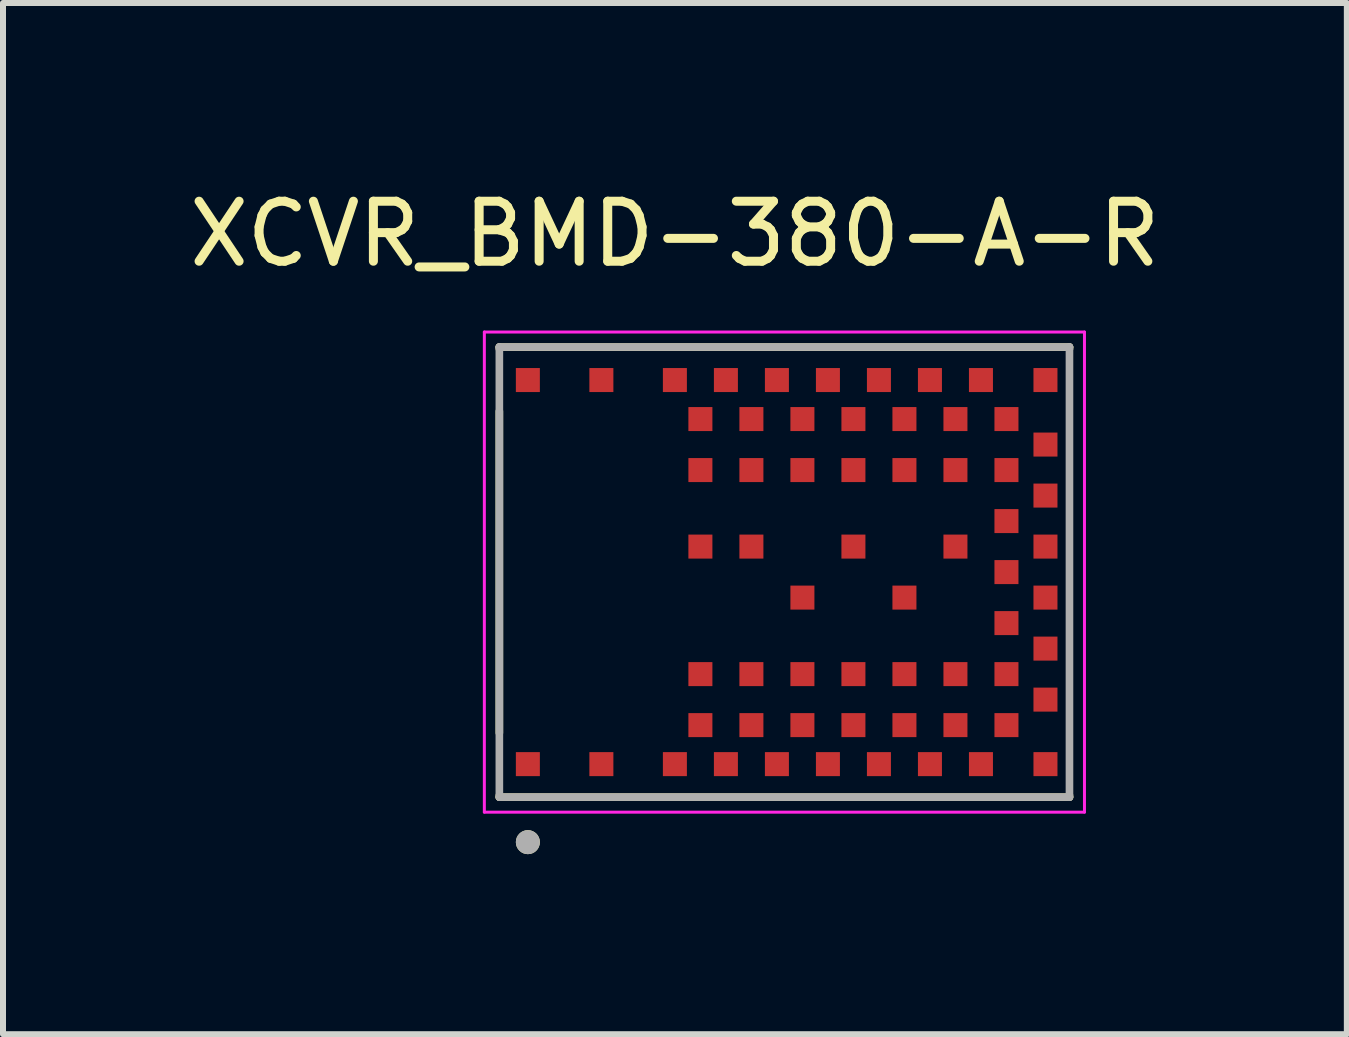
<source format=kicad_pcb>
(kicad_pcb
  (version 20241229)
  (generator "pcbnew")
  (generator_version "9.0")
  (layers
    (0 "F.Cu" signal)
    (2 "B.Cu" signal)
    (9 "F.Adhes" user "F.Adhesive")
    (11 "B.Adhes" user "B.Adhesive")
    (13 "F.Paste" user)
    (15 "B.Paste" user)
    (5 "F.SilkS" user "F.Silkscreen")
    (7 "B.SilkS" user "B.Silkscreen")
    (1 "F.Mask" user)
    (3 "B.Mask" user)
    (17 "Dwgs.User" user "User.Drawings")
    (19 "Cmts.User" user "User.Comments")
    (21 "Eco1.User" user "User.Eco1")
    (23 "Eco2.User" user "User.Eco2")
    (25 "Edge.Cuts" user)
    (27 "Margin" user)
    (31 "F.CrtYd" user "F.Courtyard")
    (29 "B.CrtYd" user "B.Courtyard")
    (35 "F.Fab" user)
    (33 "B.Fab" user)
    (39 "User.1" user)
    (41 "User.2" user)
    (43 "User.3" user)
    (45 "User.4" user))
  (footprint "XCVR_BMD-380-A-R"
    (layer "F.Cu")
    (at 10.021 6.483)
    (property "Reference" "XCVR_BMD-380-A-R" (at -1.825 -5.635 0) (layer "F.SilkS") (effects (font (size 1 1) (thickness 0.15))))
    (attr smd)
    (fp_line (start -4.75 -3.75) (end 4.75 -3.75) (stroke (width 0.127) (type solid)) (layer "F.SilkS"))
    (fp_line (start -4.75 -3.72) (end -4.75 -3.75) (stroke (width 0.127) (type solid)) (layer "F.SilkS"))
    (fp_line (start -4.75 -2.68) (end -4.75 2.68) (stroke (width 0.127) (type solid)) (layer "F.SilkS"))
    (fp_line (start -4.75 3.75) (end -4.75 3.72) (stroke (width 0.127) (type solid)) (layer "F.SilkS"))
    (fp_line (start 4.75 -3.75) (end 4.75 -3.72) (stroke (width 0.127) (type solid)) (layer "F.SilkS"))
    (fp_line (start 4.75 3.75) (end -4.75 3.75) (stroke (width 0.127) (type solid)) (layer "F.SilkS"))
    (fp_line (start 4.75 3.75) (end 4.75 3.72) (stroke (width 0.127) (type solid)) (layer "F.SilkS"))
    (fp_circle (center -4.275 4.5) (end -4.175 4.5) (stroke (width 0.2) (type solid)) (fill no) (layer "F.SilkS"))
    (fp_line (start -5 -4) (end -5 4) (stroke (width 0.05) (type solid)) (layer "F.CrtYd"))
    (fp_line (start -5 4) (end 5 4) (stroke (width 0.05) (type solid)) (layer "F.CrtYd"))
    (fp_line (start 5 -4) (end -5 -4) (stroke (width 0.05) (type solid)) (layer "F.CrtYd"))
    (fp_line (start 5 4) (end 5 -4) (stroke (width 0.05) (type solid)) (layer "F.CrtYd"))
    (fp_line (start -4.75 -3.75) (end 4.75 -3.75) (stroke (width 0.127) (type solid)) (layer "F.Fab"))
    (fp_line (start -4.75 3.75) (end -4.75 -3.75) (stroke (width 0.127) (type solid)) (layer "F.Fab"))
    (fp_line (start 4.75 -3.75) (end 4.75 3.75) (stroke (width 0.127) (type solid)) (layer "F.Fab"))
    (fp_line (start 4.75 3.75) (end -4.75 3.75) (stroke (width 0.127) (type solid)) (layer "F.Fab"))
    (fp_circle (center -4.275 4.5) (end -4.175 4.5) (stroke (width 0.2) (type solid)) (fill no) (layer "F.Fab"))
    (pad "1" smd rect (at -4.275 3.2) (size 0.4 0.4) (layers "F.Cu" "F.Mask" "F.Paste"))
    (pad "2" smd rect (at -3.05 3.2) (size 0.4 0.4) (layers "F.Cu" "F.Mask" "F.Paste"))
    (pad "3" smd rect (at -1.825 3.2) (size 0.4 0.4) (layers "F.Cu" "F.Mask" "F.Paste"))
    (pad "4" smd rect (at -1.4 2.55) (size 0.4 0.4) (layers "F.Cu" "F.Mask" "F.Paste"))
    (pad "5" smd rect (at -1.4 1.7) (size 0.4 0.4) (layers "F.Cu" "F.Mask" "F.Paste"))
    (pad "6" smd rect (at -0.975 3.2) (size 0.4 0.4) (layers "F.Cu" "F.Mask" "F.Paste"))
    (pad "7" smd rect (at -0.55 2.55) (size 0.4 0.4) (layers "F.Cu" "F.Mask" "F.Paste"))
    (pad "8" smd rect (at -0.55 1.7) (size 0.4 0.4) (layers "F.Cu" "F.Mask" "F.Paste"))
    (pad "9" smd rect (at -0.125 3.2) (size 0.4 0.4) (layers "F.Cu" "F.Mask" "F.Paste"))
    (pad "10" smd rect (at 0.3 2.55) (size 0.4 0.4) (layers "F.Cu" "F.Mask" "F.Paste"))
    (pad "11" smd rect (at 0.3 1.7) (size 0.4 0.4) (layers "F.Cu" "F.Mask" "F.Paste"))
    (pad "12" smd rect (at 0.725 3.2) (size 0.4 0.4) (layers "F.Cu" "F.Mask" "F.Paste"))
    (pad "13" smd rect (at 1.15 2.55) (size 0.4 0.4) (layers "F.Cu" "F.Mask" "F.Paste"))
    (pad "14" smd rect (at 1.15 1.7) (size 0.4 0.4) (layers "F.Cu" "F.Mask" "F.Paste"))
    (pad "15" smd rect (at 1.575 3.2) (size 0.4 0.4) (layers "F.Cu" "F.Mask" "F.Paste"))
    (pad "16" smd rect (at 2 2.55) (size 0.4 0.4) (layers "F.Cu" "F.Mask" "F.Paste"))
    (pad "17" smd rect (at 2 1.7) (size 0.4 0.4) (layers "F.Cu" "F.Mask" "F.Paste"))
    (pad "18" smd rect (at 2.425 3.2) (size 0.4 0.4) (layers "F.Cu" "F.Mask" "F.Paste"))
    (pad "19" smd rect (at 2.85 2.55) (size 0.4 0.4) (layers "F.Cu" "F.Mask" "F.Paste"))
    (pad "20" smd rect (at 2.85 1.7) (size 0.4 0.4) (layers "F.Cu" "F.Mask" "F.Paste"))
    (pad "21" smd rect (at 3.275 3.2) (size 0.4 0.4) (layers "F.Cu" "F.Mask" "F.Paste"))
    (pad "22" smd rect (at 3.7 2.55) (size 0.4 0.4) (layers "F.Cu" "F.Mask" "F.Paste"))
    (pad "23" smd rect (at 4.35 3.2) (size 0.4 0.4) (layers "F.Cu" "F.Mask" "F.Paste"))
    (pad "24" smd rect (at 4.35 2.125) (size 0.4 0.4) (layers "F.Cu" "F.Mask" "F.Paste"))
    (pad "25" smd rect (at 3.7 1.7) (size 0.4 0.4) (layers "F.Cu" "F.Mask" "F.Paste"))
    (pad "26" smd rect (at 4.35 1.275) (size 0.4 0.4) (layers "F.Cu" "F.Mask" "F.Paste"))
    (pad "27" smd rect (at 3.7 0.85) (size 0.4 0.4) (layers "F.Cu" "F.Mask" "F.Paste"))
    (pad "28" smd rect (at 4.35 0.425) (size 0.4 0.4) (layers "F.Cu" "F.Mask" "F.Paste"))
    (pad "29" smd rect (at 3.7 0) (size 0.4 0.4) (layers "F.Cu" "F.Mask" "F.Paste"))
    (pad "30" smd rect (at 4.35 -0.425) (size 0.4 0.4) (layers "F.Cu" "F.Mask" "F.Paste"))
    (pad "31" smd rect (at 3.7 -0.85) (size 0.4 0.4) (layers "F.Cu" "F.Mask" "F.Paste"))
    (pad "32" smd rect (at 4.35 -1.275) (size 0.4 0.4) (layers "F.Cu" "F.Mask" "F.Paste"))
    (pad "33" smd rect (at 3.7 -1.7) (size 0.4 0.4) (layers "F.Cu" "F.Mask" "F.Paste"))
    (pad "34" smd rect (at 4.35 -2.125) (size 0.4 0.4) (layers "F.Cu" "F.Mask" "F.Paste"))
    (pad "35" smd rect (at 4.35 -3.2) (size 0.4 0.4) (layers "F.Cu" "F.Mask" "F.Paste"))
    (pad "36" smd rect (at 3.7 -2.55) (size 0.4 0.4) (layers "F.Cu" "F.Mask" "F.Paste"))
    (pad "37" smd rect (at 3.275 -3.2) (size 0.4 0.4) (layers "F.Cu" "F.Mask" "F.Paste"))
    (pad "38" smd rect (at 2.85 -2.55) (size 0.4 0.4) (layers "F.Cu" "F.Mask" "F.Paste"))
    (pad "39" smd rect (at 2.85 -1.7) (size 0.4 0.4) (layers "F.Cu" "F.Mask" "F.Paste"))
    (pad "40" smd rect (at 2.425 -3.2) (size 0.4 0.4) (layers "F.Cu" "F.Mask" "F.Paste"))
    (pad "41" smd rect (at 2 -2.55) (size 0.4 0.4) (layers "F.Cu" "F.Mask" "F.Paste"))
    (pad "42" smd rect (at 2 -1.7) (size 0.4 0.4) (layers "F.Cu" "F.Mask" "F.Paste"))
    (pad "43" smd rect (at 1.575 -3.2) (size 0.4 0.4) (layers "F.Cu" "F.Mask" "F.Paste"))
    (pad "44" smd rect (at 1.15 -2.55) (size 0.4 0.4) (layers "F.Cu" "F.Mask" "F.Paste"))
    (pad "45" smd rect (at 1.15 -1.7) (size 0.4 0.4) (layers "F.Cu" "F.Mask" "F.Paste"))
    (pad "46" smd rect (at 0.725 -3.2) (size 0.4 0.4) (layers "F.Cu" "F.Mask" "F.Paste"))
    (pad "47" smd rect (at 0.3 -2.55) (size 0.4 0.4) (layers "F.Cu" "F.Mask" "F.Paste"))
    (pad "48" smd rect (at 0.3 -1.7) (size 0.4 0.4) (layers "F.Cu" "F.Mask" "F.Paste"))
    (pad "49" smd rect (at -0.125 -3.2) (size 0.4 0.4) (layers "F.Cu" "F.Mask" "F.Paste"))
    (pad "50" smd rect (at -0.55 -2.55) (size 0.4 0.4) (layers "F.Cu" "F.Mask" "F.Paste"))
    (pad "51" smd rect (at -0.55 -1.7) (size 0.4 0.4) (layers "F.Cu" "F.Mask" "F.Paste"))
    (pad "52" smd rect (at -0.975 -3.2) (size 0.4 0.4) (layers "F.Cu" "F.Mask" "F.Paste"))
    (pad "53" smd rect (at -1.4 -2.55) (size 0.4 0.4) (layers "F.Cu" "F.Mask" "F.Paste"))
    (pad "54" smd rect (at -1.4 -1.7) (size 0.4 0.4) (layers "F.Cu" "F.Mask" "F.Paste"))
    (pad "55" smd rect (at -1.825 -3.2) (size 0.4 0.4) (layers "F.Cu" "F.Mask" "F.Paste"))
    (pad "56" smd rect (at -3.05 -3.2) (size 0.4 0.4) (layers "F.Cu" "F.Mask" "F.Paste"))
    (pad "57" smd rect (at -4.275 -3.2) (size 0.4 0.4) (layers "F.Cu" "F.Mask" "F.Paste"))
    (pad "58" smd rect (at -1.4 -0.425) (size 0.4 0.4) (layers "F.Cu" "F.Mask" "F.Paste"))
    (pad "59" smd rect (at -0.55 -0.425) (size 0.4 0.4) (layers "F.Cu" "F.Mask" "F.Paste"))
    (pad "60" smd rect (at 0.3 0.425) (size 0.4 0.4) (layers "F.Cu" "F.Mask" "F.Paste"))
    (pad "61" smd rect (at 1.15 -0.425) (size 0.4 0.4) (layers "F.Cu" "F.Mask" "F.Paste"))
    (pad "62" smd rect (at 2 0.425) (size 0.4 0.4) (layers "F.Cu" "F.Mask" "F.Paste"))
    (pad "63" smd rect (at 2.85 -0.425) (size 0.4 0.4) (layers "F.Cu" "F.Mask" "F.Paste"))
    (zone (net_name "") (layer "F.Cu") (hatch full 0.508) (connect_pads) (min_thickness 0.01) (filled_areas_thickness no) (keepout (tracks not_allowed) (vias not_allowed) (pads not_allowed) (copperpour not_allowed) (footprints allowed)) (placement (enabled no)) (fill) (polygon (pts (xy 5.471 10.233) (xy 5.271 10.233) (xy 5.271 2.733) (xy 5.471 2.733) (xy 5.471 3.693) (xy 8.371 3.693) (xy 8.371 8.843) (xy 5.471 8.843))))
    (zone (net_name "") (layers "F.Cu" "B.Cu") (hatch full 0.508) (connect_pads) (min_thickness 0.01) (filled_areas_thickness no) (keepout (tracks allowed) (vias not_allowed) (pads allowed) (copperpour allowed) (footprints allowed)) (placement (enabled no)) (fill) (polygon (pts (xy 5.471 10.233) (xy 5.271 10.233) (xy 5.271 2.733) (xy 5.471 2.733) (xy 5.471 3.693) (xy 8.371 3.693) (xy 8.371 8.843) (xy 5.471 8.843))))
    (zone (net_name "") (layer "B.Cu") (hatch full 0.508) (connect_pads) (min_thickness 0.01) (filled_areas_thickness no) (keepout (tracks not_allowed) (vias not_allowed) (pads not_allowed) (copperpour not_allowed) (footprints allowed)) (placement (enabled no)) (fill) (polygon (pts (xy 5.471 10.233) (xy 5.271 10.233) (xy 5.271 2.733) (xy 5.471 2.733) (xy 5.471 3.693) (xy 8.371 3.693) (xy 8.371 8.843) (xy 5.471 8.843)))))
  (gr_rect
    (start -3 -3)
    (end 19.393 14.183)
    (stroke (width 0.1) (type default))
    (fill no)
    (layer "Edge.Cuts")))
</source>
